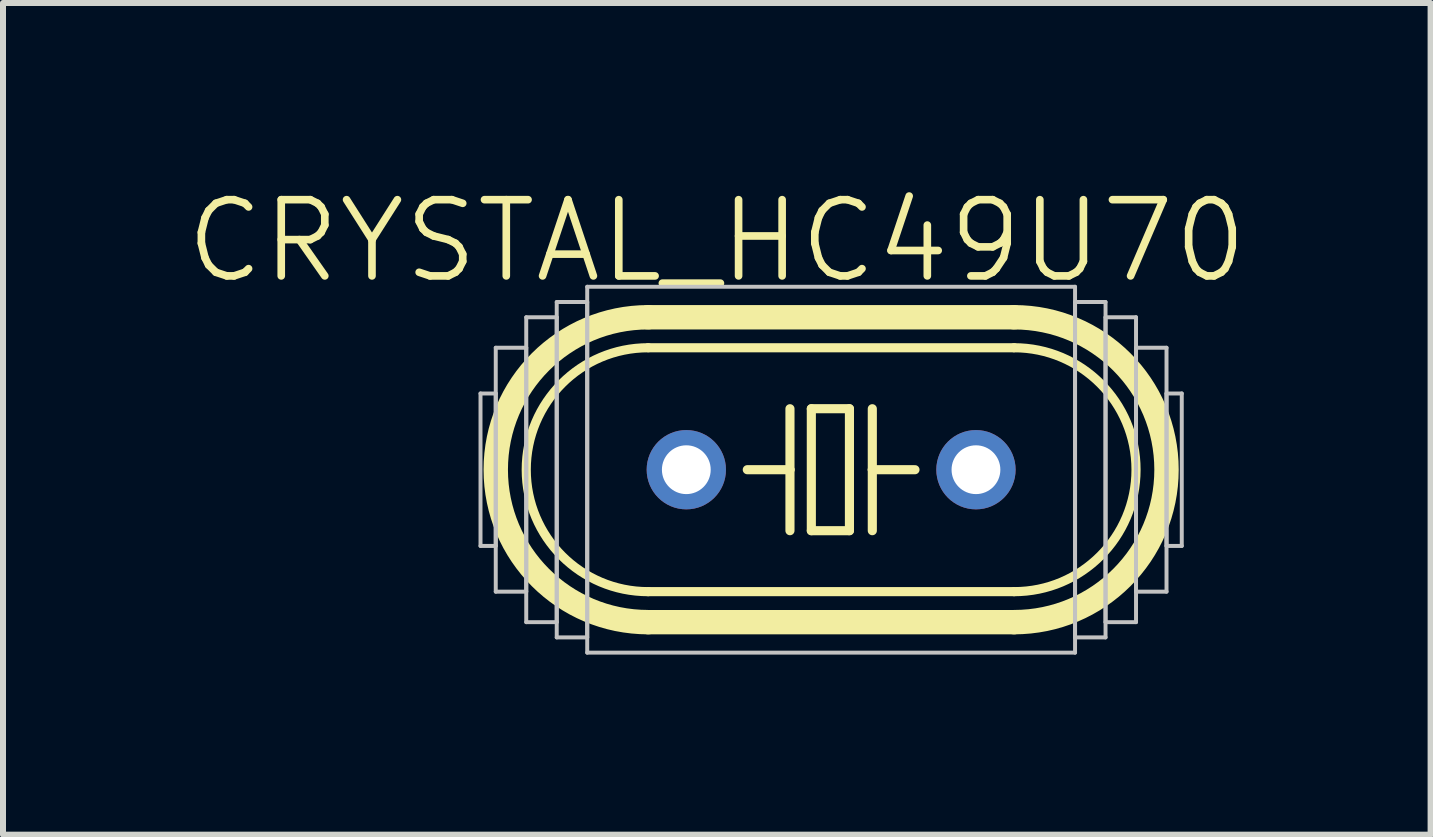
<source format=kicad_pcb>
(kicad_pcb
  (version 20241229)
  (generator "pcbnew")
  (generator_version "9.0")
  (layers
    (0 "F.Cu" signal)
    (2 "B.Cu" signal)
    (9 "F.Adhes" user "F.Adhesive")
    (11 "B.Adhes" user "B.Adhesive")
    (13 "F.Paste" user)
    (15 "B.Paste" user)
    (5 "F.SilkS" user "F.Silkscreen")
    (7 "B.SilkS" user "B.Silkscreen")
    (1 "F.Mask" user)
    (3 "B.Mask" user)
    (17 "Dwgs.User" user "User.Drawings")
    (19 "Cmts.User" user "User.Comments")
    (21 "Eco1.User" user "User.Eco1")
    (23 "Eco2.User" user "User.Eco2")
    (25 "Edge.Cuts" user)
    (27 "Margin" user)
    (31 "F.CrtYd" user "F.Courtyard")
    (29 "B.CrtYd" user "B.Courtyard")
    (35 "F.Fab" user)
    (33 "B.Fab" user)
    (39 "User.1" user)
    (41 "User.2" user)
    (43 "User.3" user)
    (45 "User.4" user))
  (footprint "CRYSTAL_HC49U70"
    (layer "F.Cu")
    (at 10.798 4.776)
    (property "Reference" "CRYSTAL_HC49U70" (at -1.905 -3.81 0) (layer "F.SilkS") (effects (font (size 1.27 1.27) (thickness 0.127))))
    (attr exclude_from_pos_files exclude_from_bom)
    (fp_line (start -3.048 -2.54) (end 3.048 -2.54) (stroke (width 0.406) (type solid)) (layer "F.SilkS"))
    (fp_line (start -3.048 2.032) (end 3.048 2.032) (stroke (width 0.152) (type solid)) (layer "F.SilkS"))
    (fp_line (start -3.048 2.54) (end 3.048 2.54) (stroke (width 0.406) (type solid)) (layer "F.SilkS"))
    (fp_line (start -0.686 -1.016) (end -0.686 0) (stroke (width 0.152) (type solid)) (layer "F.SilkS"))
    (fp_line (start -0.686 0) (end -1.397 0) (stroke (width 0.152) (type solid)) (layer "F.SilkS"))
    (fp_line (start -0.686 0) (end -0.686 1.016) (stroke (width 0.152) (type solid)) (layer "F.SilkS"))
    (fp_line (start -0.33 -1.016) (end -0.33 1.016) (stroke (width 0.152) (type solid)) (layer "F.SilkS"))
    (fp_line (start -0.33 1.016) (end 0.305 1.016) (stroke (width 0.152) (type solid)) (layer "F.SilkS"))
    (fp_line (start 0.305 -1.016) (end -0.33 -1.016) (stroke (width 0.152) (type solid)) (layer "F.SilkS"))
    (fp_line (start 0.305 1.016) (end 0.305 -1.016) (stroke (width 0.152) (type solid)) (layer "F.SilkS"))
    (fp_line (start 0.686 -1.016) (end 0.686 0) (stroke (width 0.152) (type solid)) (layer "F.SilkS"))
    (fp_line (start 0.686 0) (end 0.686 1.016) (stroke (width 0.152) (type solid)) (layer "F.SilkS"))
    (fp_line (start 0.686 0) (end 1.397 0) (stroke (width 0.152) (type solid)) (layer "F.SilkS"))
    (fp_line (start 3.048 -2.032) (end -3.048 -2.032) (stroke (width 0.152) (type solid)) (layer "F.SilkS"))
    (fp_arc (start -3.048 2.032) (mid -5.08 0) (end -3.048 -2.032) (stroke (width 0.1524) (type solid)) (layer "F.SilkS"))
    (fp_arc (start -3.048 2.54) (mid -5.588 0) (end -3.048 -2.54) (stroke (width 0.4064) (type solid)) (layer "F.SilkS"))
    (fp_arc (start 3.048 -2.54) (mid 5.588 0) (end 3.048 2.54) (stroke (width 0.4064) (type solid)) (layer "F.SilkS"))
    (fp_arc (start 3.048 -2.032) (mid 5.08 0) (end 3.048 2.032) (stroke (width 0.1524) (type solid)) (layer "F.SilkS"))
    (fp_line (start -5.842 -1.27) (end -5.588 -1.27) (stroke (width 0.066) (type solid)) (layer "Dwgs.User"))
    (fp_line (start -5.842 1.27) (end -5.842 -1.27) (stroke (width 0.066) (type solid)) (layer "Dwgs.User"))
    (fp_line (start -5.842 1.27) (end -5.588 1.27) (stroke (width 0.066) (type solid)) (layer "Dwgs.User"))
    (fp_line (start -5.588 -2.032) (end -5.08 -2.032) (stroke (width 0.066) (type solid)) (layer "Dwgs.User"))
    (fp_line (start -5.588 1.27) (end -5.588 -1.27) (stroke (width 0.066) (type solid)) (layer "Dwgs.User"))
    (fp_line (start -5.588 2.032) (end -5.588 -2.032) (stroke (width 0.066) (type solid)) (layer "Dwgs.User"))
    (fp_line (start -5.588 2.032) (end -5.08 2.032) (stroke (width 0.066) (type solid)) (layer "Dwgs.User"))
    (fp_line (start -5.08 -2.54) (end -4.572 -2.54) (stroke (width 0.066) (type solid)) (layer "Dwgs.User"))
    (fp_line (start -5.08 2.032) (end -5.08 -2.032) (stroke (width 0.066) (type solid)) (layer "Dwgs.User"))
    (fp_line (start -5.08 2.54) (end -5.08 -2.54) (stroke (width 0.066) (type solid)) (layer "Dwgs.User"))
    (fp_line (start -5.08 2.54) (end -4.572 2.54) (stroke (width 0.066) (type solid)) (layer "Dwgs.User"))
    (fp_line (start -4.572 -2.794) (end -4.064 -2.794) (stroke (width 0.066) (type solid)) (layer "Dwgs.User"))
    (fp_line (start -4.572 2.54) (end -4.572 -2.54) (stroke (width 0.066) (type solid)) (layer "Dwgs.User"))
    (fp_line (start -4.572 2.794) (end -4.572 -2.794) (stroke (width 0.066) (type solid)) (layer "Dwgs.User"))
    (fp_line (start -4.572 2.794) (end -4.064 2.794) (stroke (width 0.066) (type solid)) (layer "Dwgs.User"))
    (fp_line (start -4.064 -3.048) (end 4.064 -3.048) (stroke (width 0.066) (type solid)) (layer "Dwgs.User"))
    (fp_line (start -4.064 2.794) (end -4.064 -2.794) (stroke (width 0.066) (type solid)) (layer "Dwgs.User"))
    (fp_line (start -4.064 3.048) (end -4.064 -3.048) (stroke (width 0.066) (type solid)) (layer "Dwgs.User"))
    (fp_line (start -4.064 3.048) (end 4.064 3.048) (stroke (width 0.066) (type solid)) (layer "Dwgs.User"))
    (fp_line (start 4.064 -2.794) (end 4.572 -2.794) (stroke (width 0.066) (type solid)) (layer "Dwgs.User"))
    (fp_line (start 4.064 2.794) (end 4.064 -2.794) (stroke (width 0.066) (type solid)) (layer "Dwgs.User"))
    (fp_line (start 4.064 2.794) (end 4.572 2.794) (stroke (width 0.066) (type solid)) (layer "Dwgs.User"))
    (fp_line (start 4.064 3.048) (end 4.064 -3.048) (stroke (width 0.066) (type solid)) (layer "Dwgs.User"))
    (fp_line (start 4.572 -2.54) (end 5.08 -2.54) (stroke (width 0.066) (type solid)) (layer "Dwgs.User"))
    (fp_line (start 4.572 2.54) (end 4.572 -2.54) (stroke (width 0.066) (type solid)) (layer "Dwgs.User"))
    (fp_line (start 4.572 2.54) (end 5.08 2.54) (stroke (width 0.066) (type solid)) (layer "Dwgs.User"))
    (fp_line (start 4.572 2.794) (end 4.572 -2.794) (stroke (width 0.066) (type solid)) (layer "Dwgs.User"))
    (fp_line (start 5.08 -2.032) (end 5.588 -2.032) (stroke (width 0.066) (type solid)) (layer "Dwgs.User"))
    (fp_line (start 5.08 2.032) (end 5.08 -2.032) (stroke (width 0.066) (type solid)) (layer "Dwgs.User"))
    (fp_line (start 5.08 2.032) (end 5.588 2.032) (stroke (width 0.066) (type solid)) (layer "Dwgs.User"))
    (fp_line (start 5.08 2.54) (end 5.08 -2.54) (stroke (width 0.066) (type solid)) (layer "Dwgs.User"))
    (fp_line (start 5.588 -1.27) (end 5.842 -1.27) (stroke (width 0.066) (type solid)) (layer "Dwgs.User"))
    (fp_line (start 5.588 1.27) (end 5.588 -1.27) (stroke (width 0.066) (type solid)) (layer "Dwgs.User"))
    (fp_line (start 5.588 1.27) (end 5.842 1.27) (stroke (width 0.066) (type solid)) (layer "Dwgs.User"))
    (fp_line (start 5.588 2.032) (end 5.588 -2.032) (stroke (width 0.066) (type solid)) (layer "Dwgs.User"))
    (fp_line (start 5.842 1.27) (end 5.842 -1.27) (stroke (width 0.066) (type solid)) (layer "Dwgs.User"))
    (pad "1" thru_hole circle (at -2.413 0) (size 1.321 1.321) (drill 0.813) (layers "*.Cu" "*.Paste" "*.Mask"))
    (pad "2" thru_hole circle (at 2.413 0) (size 1.321 1.321) (drill 0.813) (layers "*.Cu" "*.Paste" "*.Mask")))
  (gr_rect
    (start -3 -3)
    (end 20.786 10.857)
    (stroke (width 0.1) (type default))
    (fill no)
    (layer "Edge.Cuts")))
</source>
